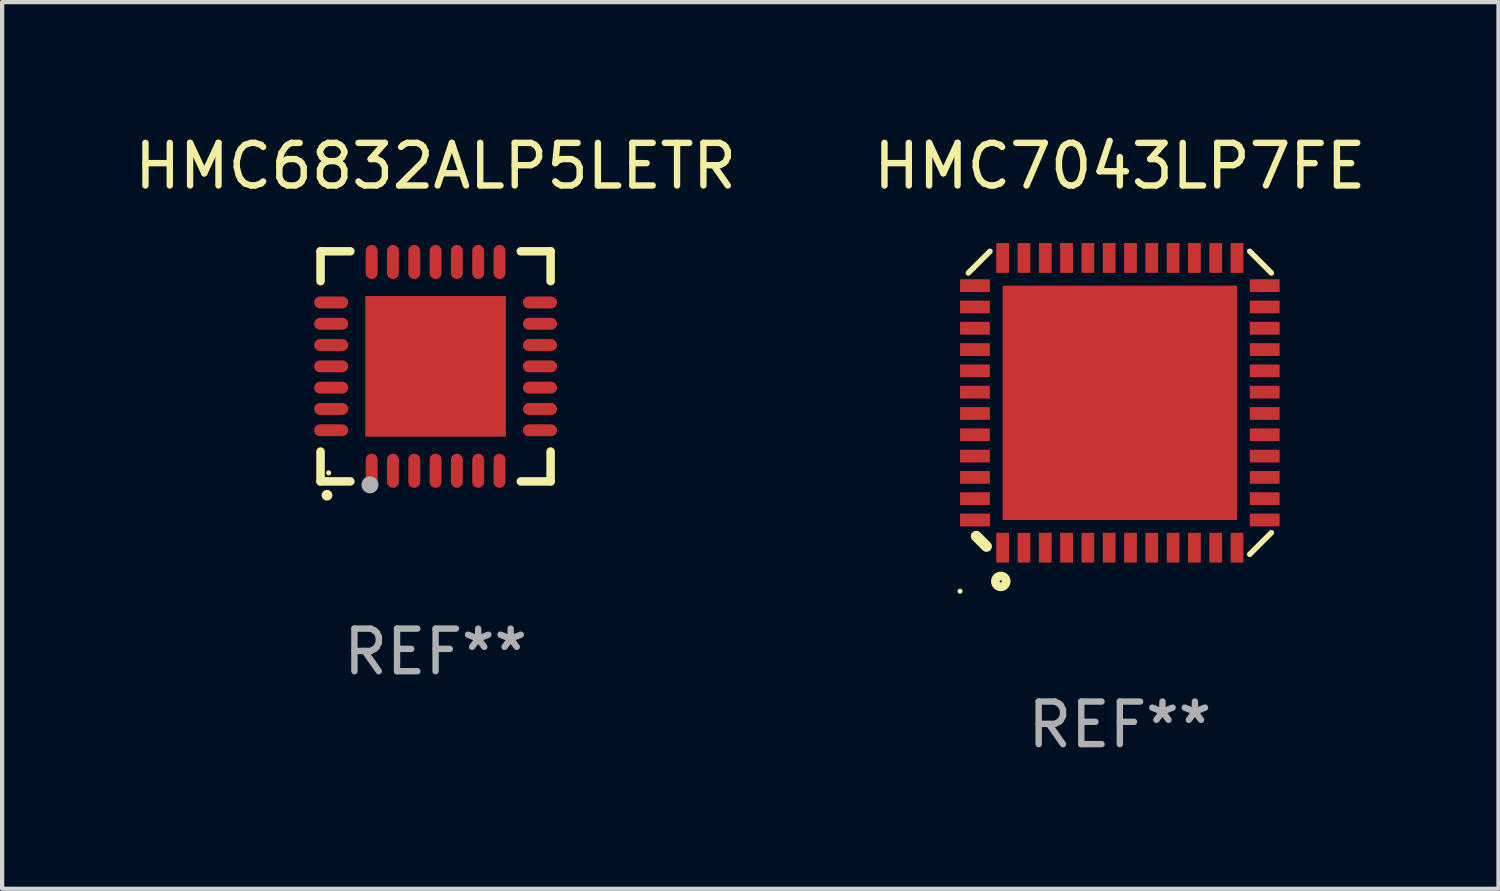
<source format=kicad_pcb>
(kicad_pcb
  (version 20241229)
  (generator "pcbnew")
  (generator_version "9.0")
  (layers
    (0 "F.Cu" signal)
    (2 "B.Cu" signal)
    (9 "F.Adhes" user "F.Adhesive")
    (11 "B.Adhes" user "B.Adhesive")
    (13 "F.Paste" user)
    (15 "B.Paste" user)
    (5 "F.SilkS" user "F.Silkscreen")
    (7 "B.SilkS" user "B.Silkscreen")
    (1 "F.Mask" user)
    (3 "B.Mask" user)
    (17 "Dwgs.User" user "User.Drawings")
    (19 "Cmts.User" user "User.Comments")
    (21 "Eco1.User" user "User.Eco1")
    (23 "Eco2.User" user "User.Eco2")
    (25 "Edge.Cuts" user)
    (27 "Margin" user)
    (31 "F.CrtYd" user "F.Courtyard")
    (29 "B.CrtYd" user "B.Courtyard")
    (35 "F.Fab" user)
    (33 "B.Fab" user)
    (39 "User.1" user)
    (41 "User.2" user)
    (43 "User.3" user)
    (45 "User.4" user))
  (footprint "HMC7043LP7FE"
    (layer "F.Cu")
    (at 23.232 6.404)
    (property "Reference" "HMC7043LP7FE" (at 0 -5.556 0) (layer "F.SilkS") (effects (font (size 1 1) (thickness 0.15))))
    (attr through_hole)
    (fp_line (start -3.37 3.13) (end -3.13 3.37) (stroke (width 0.254) (type solid)) (layer "F.SilkS"))
    (fp_line (start -3.048 -3.556) (end -3.556 -3.048) (stroke (width 0.129) (type solid)) (layer "F.SilkS"))
    (fp_line (start 3.048 3.556) (end 3.556 3.048) (stroke (width 0.129) (type solid)) (layer "F.SilkS"))
    (fp_line (start 3.556 -3.048) (end 3.048 -3.556) (stroke (width 0.129) (type solid)) (layer "F.SilkS"))
    (fp_circle (center -3.75 4.42) (end -3.72 4.42) (stroke (width 0.06) (type solid)) (fill no) (layer "F.SilkS"))
    (fp_circle (center -2.794 4.191) (end -2.667 4.191) (stroke (width 0.204) (type solid)) (fill no) (layer "F.SilkS"))
    (fp_text user "REF**" (at 0 7.556 0) (layer "F.Fab") (effects (font (size 1 1) (thickness 0.15))))
    (pad "1" smd rect (at -2.75 3.4) (size 0.3 0.7) (layers "F.Cu" "F.Mask" "F.Paste"))
    (pad "2" smd rect (at -2.25 3.4) (size 0.3 0.7) (layers "F.Cu" "F.Mask" "F.Paste"))
    (pad "3" smd rect (at -1.75 3.4) (size 0.3 0.7) (layers "F.Cu" "F.Mask" "F.Paste"))
    (pad "4" smd rect (at -1.25 3.4) (size 0.3 0.7) (layers "F.Cu" "F.Mask" "F.Paste"))
    (pad "5" smd rect (at -0.75 3.4) (size 0.3 0.7) (layers "F.Cu" "F.Mask" "F.Paste"))
    (pad "6" smd rect (at -0.25 3.4) (size 0.3 0.7) (layers "F.Cu" "F.Mask" "F.Paste"))
    (pad "7" smd rect (at 0.25 3.4) (size 0.3 0.7) (layers "F.Cu" "F.Mask" "F.Paste"))
    (pad "8" smd rect (at 0.75 3.4) (size 0.3 0.7) (layers "F.Cu" "F.Mask" "F.Paste"))
    (pad "9" smd rect (at 1.25 3.4) (size 0.3 0.7) (layers "F.Cu" "F.Mask" "F.Paste"))
    (pad "10" smd rect (at 1.75 3.4) (size 0.3 0.7) (layers "F.Cu" "F.Mask" "F.Paste"))
    (pad "11" smd rect (at 2.25 3.4) (size 0.3 0.7) (layers "F.Cu" "F.Mask" "F.Paste"))
    (pad "12" smd rect (at 2.75 3.4) (size 0.3 0.7) (layers "F.Cu" "F.Mask" "F.Paste"))
    (pad "13" smd rect (at 3.4 2.75) (size 0.7 0.3) (layers "F.Cu" "F.Mask" "F.Paste"))
    (pad "14" smd rect (at 3.4 2.25) (size 0.7 0.3) (layers "F.Cu" "F.Mask" "F.Paste"))
    (pad "15" smd rect (at 3.4 1.75) (size 0.7 0.3) (layers "F.Cu" "F.Mask" "F.Paste"))
    (pad "16" smd rect (at 3.4 1.25) (size 0.7 0.3) (layers "F.Cu" "F.Mask" "F.Paste"))
    (pad "17" smd rect (at 3.4 0.75) (size 0.7 0.3) (layers "F.Cu" "F.Mask" "F.Paste"))
    (pad "18" smd rect (at 3.4 0.25) (size 0.7 0.3) (layers "F.Cu" "F.Mask" "F.Paste"))
    (pad "19" smd rect (at 3.4 -0.25) (size 0.7 0.3) (layers "F.Cu" "F.Mask" "F.Paste"))
    (pad "20" smd rect (at 3.4 -0.75) (size 0.7 0.3) (layers "F.Cu" "F.Mask" "F.Paste"))
    (pad "21" smd rect (at 3.4 -1.25) (size 0.7 0.3) (layers "F.Cu" "F.Mask" "F.Paste"))
    (pad "22" smd rect (at 3.4 -1.75) (size 0.7 0.3) (layers "F.Cu" "F.Mask" "F.Paste"))
    (pad "23" smd rect (at 3.4 -2.25) (size 0.7 0.3) (layers "F.Cu" "F.Mask" "F.Paste"))
    (pad "24" smd rect (at 3.4 -2.75) (size 0.7 0.3) (layers "F.Cu" "F.Mask" "F.Paste"))
    (pad "25" smd rect (at 2.75 -3.4) (size 0.3 0.7) (layers "F.Cu" "F.Mask" "F.Paste"))
    (pad "26" smd rect (at 2.25 -3.4) (size 0.3 0.7) (layers "F.Cu" "F.Mask" "F.Paste"))
    (pad "27" smd rect (at 1.75 -3.4) (size 0.3 0.7) (layers "F.Cu" "F.Mask" "F.Paste"))
    (pad "28" smd rect (at 1.25 -3.4) (size 0.3 0.7) (layers "F.Cu" "F.Mask" "F.Paste"))
    (pad "29" smd rect (at 0.75 -3.4) (size 0.3 0.7) (layers "F.Cu" "F.Mask" "F.Paste"))
    (pad "30" smd rect (at 0.25 -3.4) (size 0.3 0.7) (layers "F.Cu" "F.Mask" "F.Paste"))
    (pad "31" smd rect (at -0.25 -3.4) (size 0.3 0.7) (layers "F.Cu" "F.Mask" "F.Paste"))
    (pad "32" smd rect (at -0.75 -3.4) (size 0.3 0.7) (layers "F.Cu" "F.Mask" "F.Paste"))
    (pad "33" smd rect (at -1.25 -3.4) (size 0.3 0.7) (layers "F.Cu" "F.Mask" "F.Paste"))
    (pad "34" smd rect (at -1.75 -3.4) (size 0.3 0.7) (layers "F.Cu" "F.Mask" "F.Paste"))
    (pad "35" smd rect (at -2.25 -3.4) (size 0.3 0.7) (layers "F.Cu" "F.Mask" "F.Paste"))
    (pad "36" smd rect (at -2.75 -3.4) (size 0.3 0.7) (layers "F.Cu" "F.Mask" "F.Paste"))
    (pad "37" smd rect (at -3.4 -2.75) (size 0.7 0.3) (layers "F.Cu" "F.Mask" "F.Paste"))
    (pad "38" smd rect (at -3.4 -2.25) (size 0.7 0.3) (layers "F.Cu" "F.Mask" "F.Paste"))
    (pad "39" smd rect (at -3.4 -1.75) (size 0.7 0.3) (layers "F.Cu" "F.Mask" "F.Paste"))
    (pad "40" smd rect (at -3.4 -1.25) (size 0.7 0.3) (layers "F.Cu" "F.Mask" "F.Paste"))
    (pad "41" smd rect (at -3.4 -0.75) (size 0.7 0.3) (layers "F.Cu" "F.Mask" "F.Paste"))
    (pad "42" smd rect (at -3.4 -0.25) (size 0.7 0.3) (layers "F.Cu" "F.Mask" "F.Paste"))
    (pad "43" smd rect (at -3.4 0.25) (size 0.7 0.3) (layers "F.Cu" "F.Mask" "F.Paste"))
    (pad "44" smd rect (at -3.4 0.75) (size 0.7 0.3) (layers "F.Cu" "F.Mask" "F.Paste"))
    (pad "45" smd rect (at -3.4 1.25) (size 0.7 0.3) (layers "F.Cu" "F.Mask" "F.Paste"))
    (pad "46" smd rect (at -3.4 1.75) (size 0.7 0.3) (layers "F.Cu" "F.Mask" "F.Paste"))
    (pad "47" smd rect (at -3.4 2.25) (size 0.7 0.3) (layers "F.Cu" "F.Mask" "F.Paste"))
    (pad "48" smd rect (at -3.4 2.75) (size 0.7 0.3) (layers "F.Cu" "F.Mask" "F.Paste"))
    (pad "49" smd rect (at 0 0) (size 5.5 5.5) (layers "F.Cu" "F.Mask" "F.Paste")))
  (footprint "HMC6832ALP5LETR"
    (layer "F.Cu")
    (at 7.173 5.548)
    (property "Reference" "HMC6832ALP5LETR" (at 0 -4.7 0) (layer "F.SilkS") (effects (font (size 1 1) (thickness 0.15))))
    (attr through_hole)
    (fp_line (start -2.7 -2.7) (end -2.7 -2) (stroke (width 0.2) (type solid)) (layer "F.SilkS"))
    (fp_line (start -2.7 2.7) (end -2.7 2) (stroke (width 0.2) (type solid)) (layer "F.SilkS"))
    (fp_line (start -2 -2.7) (end -2.7 -2.7) (stroke (width 0.2) (type solid)) (layer "F.SilkS"))
    (fp_line (start -2 2.7) (end -2.7 2.7) (stroke (width 0.2) (type solid)) (layer "F.SilkS"))
    (fp_line (start 2.7 -2.7) (end 2 -2.7) (stroke (width 0.2) (type solid)) (layer "F.SilkS"))
    (fp_line (start 2.7 -2) (end 2.7 -2.7) (stroke (width 0.2) (type solid)) (layer "F.SilkS"))
    (fp_line (start 2.7 2) (end 2.7 2.7) (stroke (width 0.2) (type solid)) (layer "F.SilkS"))
    (fp_line (start 2.7 2.7) (end 2 2.7) (stroke (width 0.2) (type solid)) (layer "F.SilkS"))
    (fp_arc (start -2.550165 3.025146) (mid -2.548895 3.02514) (end -2.547625 3.025146) (stroke (width 0.25) (type solid)) (layer "F.SilkS"))
    (fp_circle (center -2.51 2.5) (end -2.48 2.5) (stroke (width 0.06) (type solid)) (fill no) (layer "F.SilkS"))
    (fp_circle (center -1.54 2.78) (end -1.44 2.78) (stroke (width 0.2) (type solid)) (fill no) (layer "F.Fab"))
    (fp_text user "REF**" (at 0 6.7 0) (layer "F.Fab") (effects (font (size 1 1) (thickness 0.15))))
    (pad "1" smd oval (at -1.5 2.45 90) (size 0.8 0.28) (layers "F.Cu" "F.Mask" "F.Paste"))
    (pad "2" smd oval (at -1 2.45 90) (size 0.8 0.28) (layers "F.Cu" "F.Mask" "F.Paste"))
    (pad "3" smd oval (at -0.5 2.45 90) (size 0.8 0.28) (layers "F.Cu" "F.Mask" "F.Paste"))
    (pad "4" smd oval (at 0.000102 2.45 90) (size 0.8 0.28) (layers "F.Cu" "F.Mask" "F.Paste"))
    (pad "5" smd oval (at 0.5 2.45 90) (size 0.8 0.28) (layers "F.Cu" "F.Mask" "F.Paste"))
    (pad "6" smd oval (at 1 2.45 90) (size 0.8 0.28) (layers "F.Cu" "F.Mask" "F.Paste"))
    (pad "7" smd oval (at 1.5 2.45 90) (size 0.8 0.28) (layers "F.Cu" "F.Mask" "F.Paste"))
    (pad "8" smd oval (at 2.45 1.5 180) (size 0.8 0.28) (layers "F.Cu" "F.Mask" "F.Paste"))
    (pad "9" smd oval (at 2.45 1 180) (size 0.8 0.28) (layers "F.Cu" "F.Mask" "F.Paste"))
    (pad "10" smd oval (at 2.45 0.5 180) (size 0.8 0.28) (layers "F.Cu" "F.Mask" "F.Paste"))
    (pad "11" smd oval (at 2.45 0.000102 180) (size 0.8 0.28) (layers "F.Cu" "F.Mask" "F.Paste"))
    (pad "12" smd oval (at 2.45 -0.5 180) (size 0.8 0.28) (layers "F.Cu" "F.Mask" "F.Paste"))
    (pad "13" smd oval (at 2.45 -1 180) (size 0.8 0.28) (layers "F.Cu" "F.Mask" "F.Paste"))
    (pad "14" smd oval (at 2.45 -1.5 180) (size 0.8 0.28) (layers "F.Cu" "F.Mask" "F.Paste"))
    (pad "15" smd oval (at 1.5 -2.45 270) (size 0.8 0.28) (layers "F.Cu" "F.Mask" "F.Paste"))
    (pad "16" smd oval (at 1 -2.45 270) (size 0.8 0.28) (layers "F.Cu" "F.Mask" "F.Paste"))
    (pad "17" smd oval (at 0.5 -2.45 270) (size 0.8 0.28) (layers "F.Cu" "F.Mask" "F.Paste"))
    (pad "18" smd oval (at 0.000102 -2.45 270) (size 0.8 0.28) (layers "F.Cu" "F.Mask" "F.Paste"))
    (pad "19" smd oval (at -0.5 -2.45 270) (size 0.8 0.28) (layers "F.Cu" "F.Mask" "F.Paste"))
    (pad "20" smd oval (at -1 -2.45 270) (size 0.8 0.28) (layers "F.Cu" "F.Mask" "F.Paste"))
    (pad "21" smd oval (at -1.5 -2.45 270) (size 0.8 0.28) (layers "F.Cu" "F.Mask" "F.Paste"))
    (pad "22" smd oval (at -2.45 -1.5) (size 0.8 0.28) (layers "F.Cu" "F.Mask" "F.Paste"))
    (pad "23" smd oval (at -2.45 -1) (size 0.8 0.28) (layers "F.Cu" "F.Mask" "F.Paste"))
    (pad "24" smd oval (at -2.45 -0.5) (size 0.8 0.28) (layers "F.Cu" "F.Mask" "F.Paste"))
    (pad "25" smd oval (at -2.45 0.000102) (size 0.8 0.28) (layers "F.Cu" "F.Mask" "F.Paste"))
    (pad "26" smd oval (at -2.45 0.5) (size 0.8 0.28) (layers "F.Cu" "F.Mask" "F.Paste"))
    (pad "27" smd oval (at -2.45 1) (size 0.8 0.28) (layers "F.Cu" "F.Mask" "F.Paste"))
    (pad "28" smd oval (at -2.45 1.5) (size 0.8 0.28) (layers "F.Cu" "F.Mask" "F.Paste"))
    (pad "29" smd rect (at 0.000102 0.000102 90) (size 3.3 3.3) (layers "F.Cu" "F.Mask" "F.Paste")))
  (gr_rect
    (start -3 -3)
    (end 32.119 17.809)
    (stroke (width 0.1) (type default))
    (fill no)
    (layer "Edge.Cuts")))
</source>
